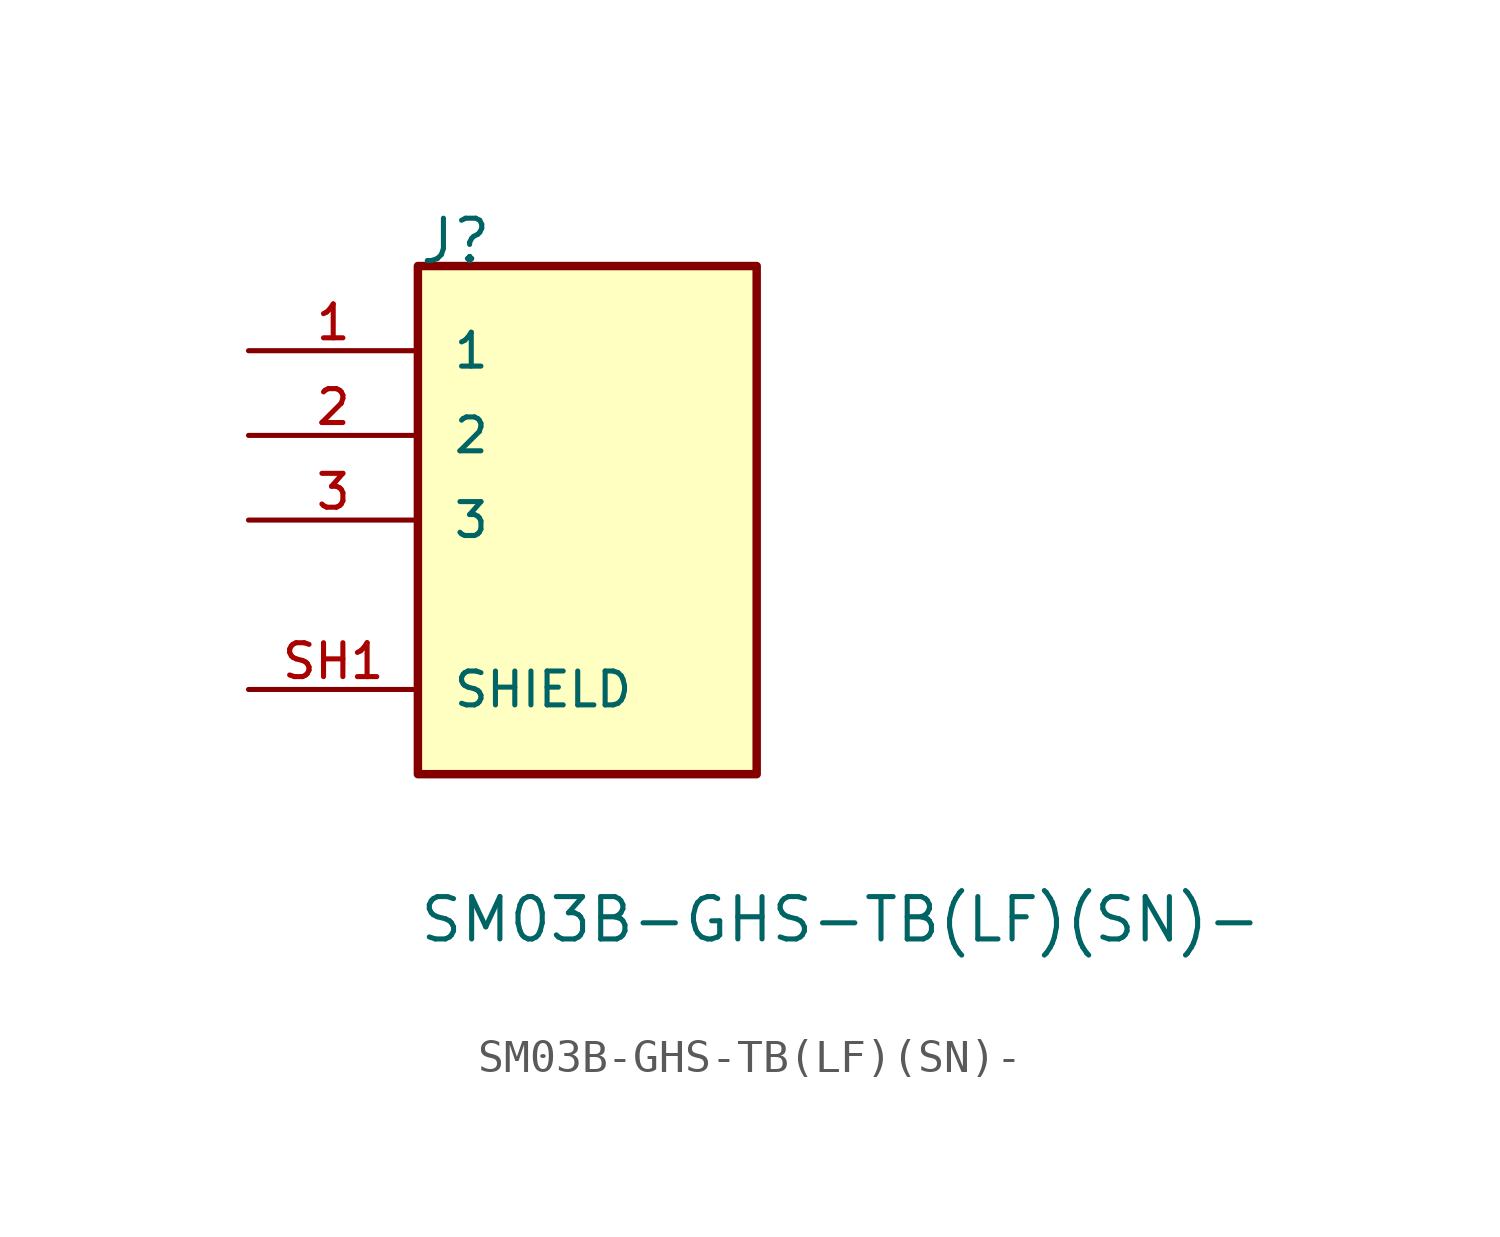
<source format=kicad_sym>
(kicad_symbol_lib
  (version 20211014)
  (generator kicad_symbol_editor)
  (symbol "SM03B-GHS-TB(LF)(SN)-"
    (pin_names
      (offset 1.016))
    (property "Reference" "J"
      (at -5.08 7.62 0)
      (effects (font (size 1.27 1.27)) (justify left bottom)))
    (property "Value" "SM03B-GHS-TB(LF)(SN)-"
      (at -5.08 -12.725 0)
      (effects (font (size 1.27 1.27)) (justify left bottom)))
    (property "ki_locked" ""
      (at 0 0 0)
      (effects (font (size 1.27 1.27))))
    (symbol "SM03B-GHS-TB(LF)(SN)-_0_0"
      (rectangle (start -5.08 7.62) (end 5.08 -7.62) (stroke (width 0.254) (type default) (color 0 0 0 0)) (fill (type background)))
      (pin passive line (at -10.16 5.08 0) (length 5.08) (name "1" (effects (font (size 1.016 1.016)))) (number "1" (effects (font (size 1.016 1.016)))))
      (pin passive line (at -10.16 2.54 0) (length 5.08) (name "2" (effects (font (size 1.016 1.016)))) (number "2" (effects (font (size 1.016 1.016)))))
      (pin passive line (at -10.16 0 0) (length 5.08) (name "3" (effects (font (size 1.016 1.016)))) (number "3" (effects (font (size 1.016 1.016)))))
      (pin power_in line (at -10.16 -5.08 0) (length 5.08) (name "SHIELD" (effects (font (size 1.016 1.016)))) (number "SH1" (effects (font (size 1.016 1.016))))))))
</source>
